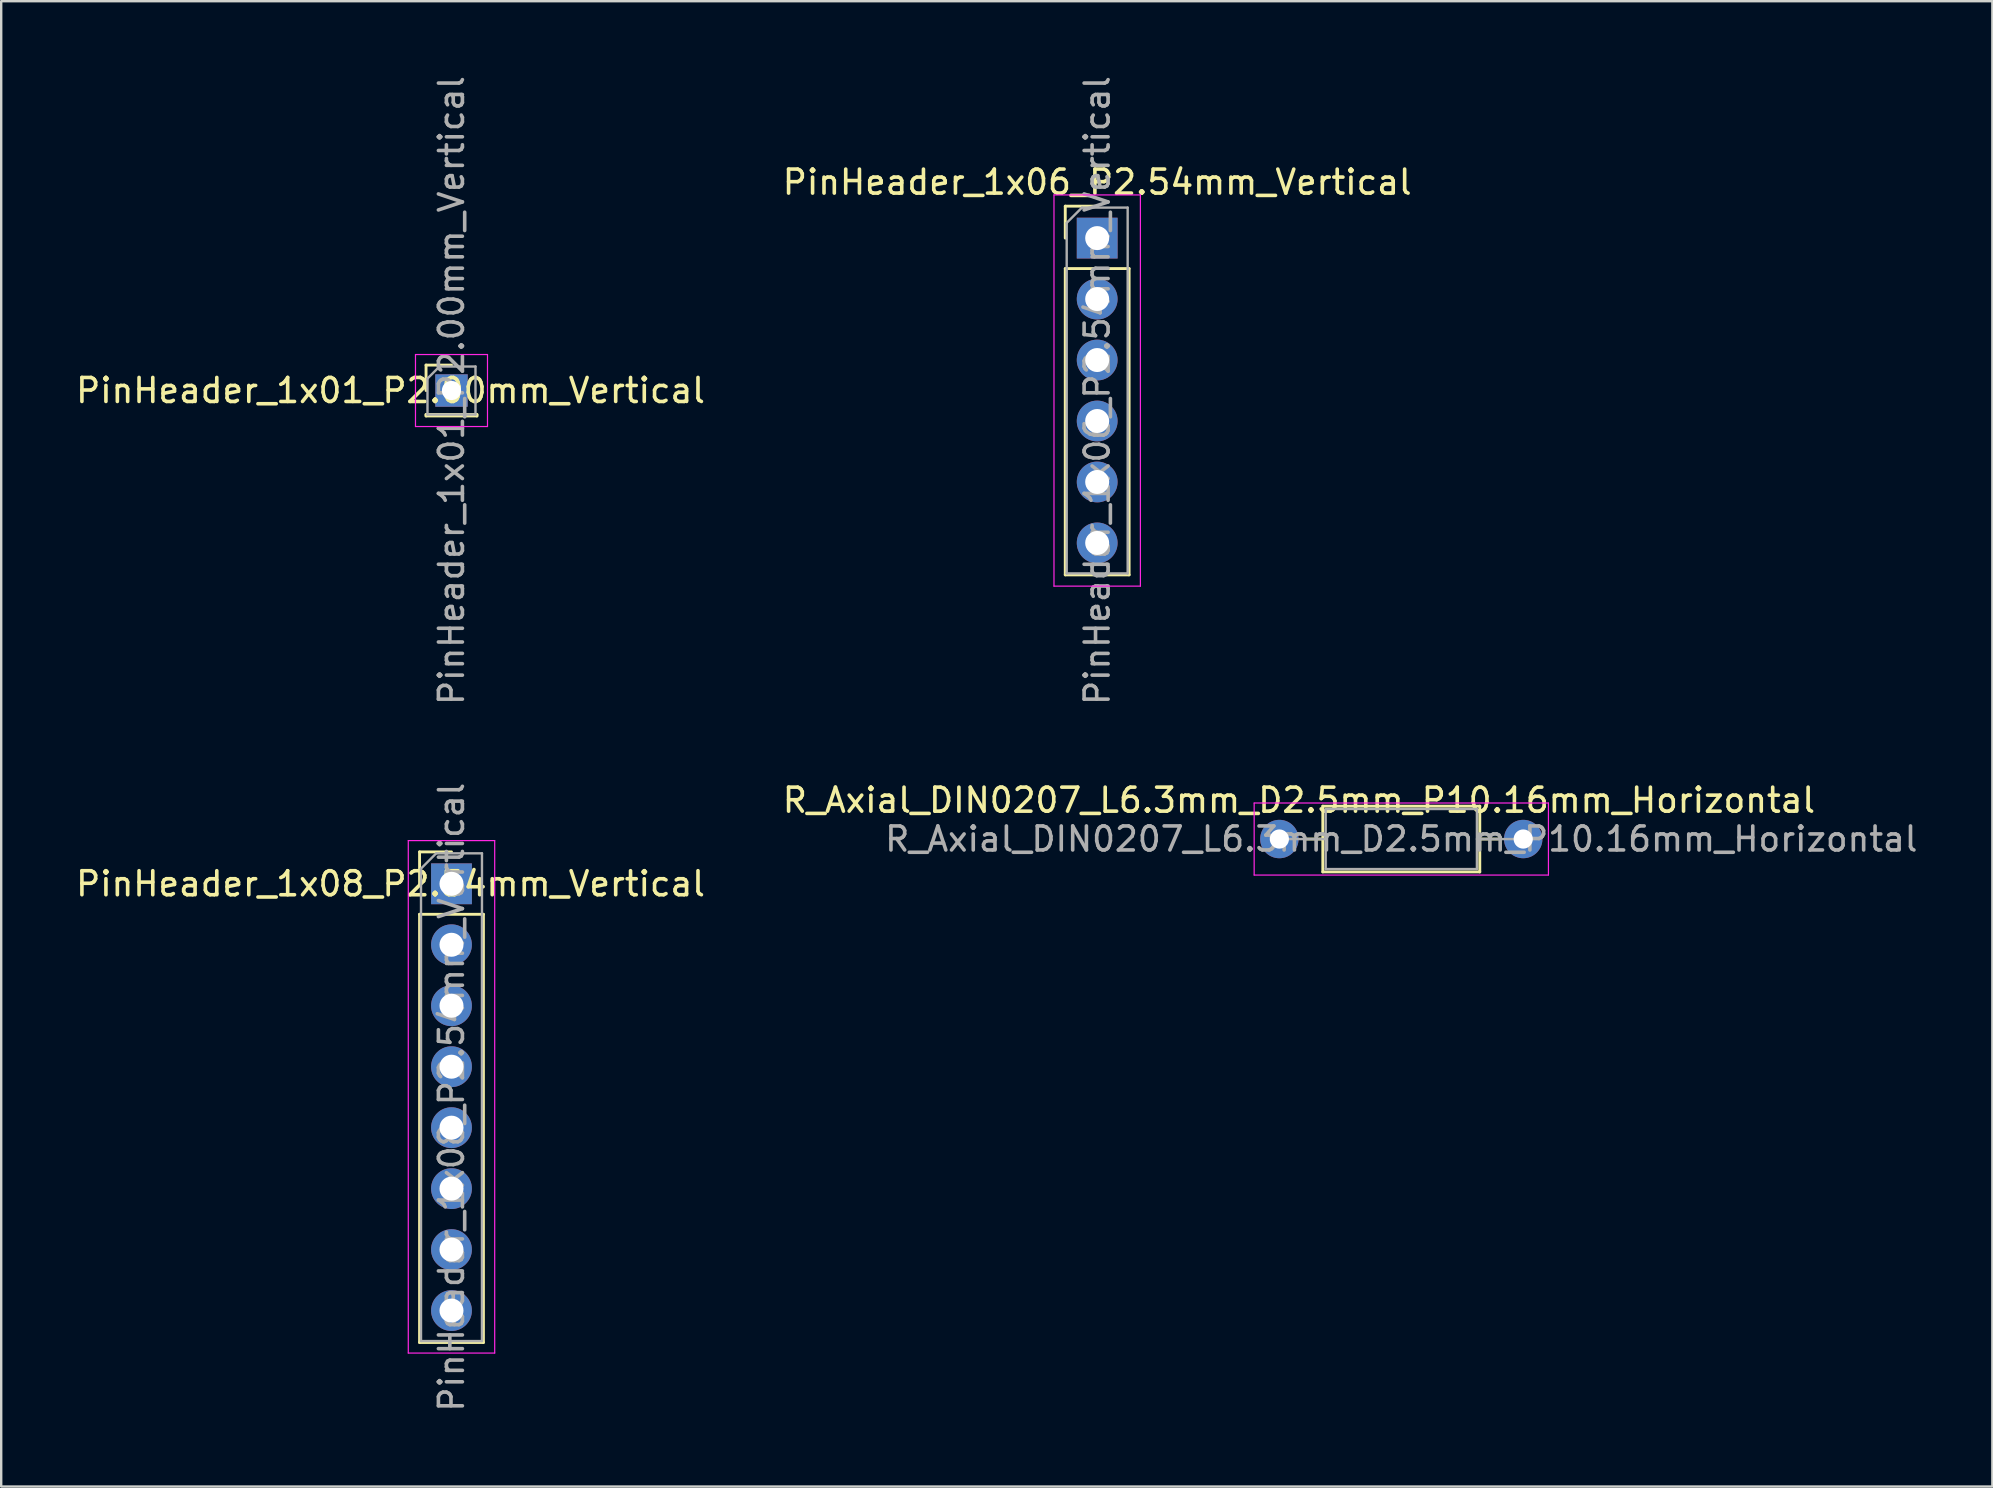
<source format=kicad_pcb>
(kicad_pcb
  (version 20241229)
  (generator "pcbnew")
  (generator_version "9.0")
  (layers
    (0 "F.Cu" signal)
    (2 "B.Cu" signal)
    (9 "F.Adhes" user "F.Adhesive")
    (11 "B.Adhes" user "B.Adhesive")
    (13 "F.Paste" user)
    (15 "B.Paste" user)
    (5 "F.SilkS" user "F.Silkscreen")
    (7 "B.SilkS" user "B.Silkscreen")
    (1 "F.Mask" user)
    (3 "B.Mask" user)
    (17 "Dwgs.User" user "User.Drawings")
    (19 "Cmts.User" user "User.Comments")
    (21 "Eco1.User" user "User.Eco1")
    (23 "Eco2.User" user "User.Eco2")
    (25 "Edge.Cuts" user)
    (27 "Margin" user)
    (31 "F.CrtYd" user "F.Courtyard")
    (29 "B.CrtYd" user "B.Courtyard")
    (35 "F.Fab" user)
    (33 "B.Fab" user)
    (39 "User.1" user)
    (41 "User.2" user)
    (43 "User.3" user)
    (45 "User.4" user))
  (footprint "R_Axial_DIN0207_L6.3mm_D2.5mm_P10.16mm_Horizontal"
    (layer "F.Cu")
    (at 50.251 31.906)
    (property "Reference" "R_Axial_DIN0207_L6.3mm_D2.5mm_P10.16mm_Horizontal" (at 0.815 -1.617 0) (layer "F.SilkS") (effects (font (size 1 1) (thickness 0.15))))
    (attr through_hole)
    (fp_line (start 1.04 0) (end 1.81 0) (stroke (width 0.12) (type solid)) (layer "F.SilkS"))
    (fp_line (start 1.81 -1.37) (end 1.81 1.37) (stroke (width 0.12) (type solid)) (layer "F.SilkS"))
    (fp_line (start 1.81 1.37) (end 8.35 1.37) (stroke (width 0.12) (type solid)) (layer "F.SilkS"))
    (fp_line (start 8.35 -1.37) (end 1.81 -1.37) (stroke (width 0.12) (type solid)) (layer "F.SilkS"))
    (fp_line (start 8.35 1.37) (end 8.35 -1.37) (stroke (width 0.12) (type solid)) (layer "F.SilkS"))
    (fp_line (start 9.12 0) (end 8.35 0) (stroke (width 0.12) (type solid)) (layer "F.SilkS"))
    (fp_line (start -1.05 -1.5) (end -1.05 1.5) (stroke (width 0.05) (type solid)) (layer "F.CrtYd"))
    (fp_line (start -1.05 1.5) (end 11.21 1.5) (stroke (width 0.05) (type solid)) (layer "F.CrtYd"))
    (fp_line (start 11.21 -1.5) (end -1.05 -1.5) (stroke (width 0.05) (type solid)) (layer "F.CrtYd"))
    (fp_line (start 11.21 1.5) (end 11.21 -1.5) (stroke (width 0.05) (type solid)) (layer "F.CrtYd"))
    (fp_line (start 0 0) (end 1.93 0) (stroke (width 0.1) (type solid)) (layer "F.Fab"))
    (fp_line (start 1.93 -1.25) (end 1.93 1.25) (stroke (width 0.1) (type solid)) (layer "F.Fab"))
    (fp_line (start 1.93 1.25) (end 8.23 1.25) (stroke (width 0.1) (type solid)) (layer "F.Fab"))
    (fp_line (start 8.23 -1.25) (end 1.93 -1.25) (stroke (width 0.1) (type solid)) (layer "F.Fab"))
    (fp_line (start 8.23 1.25) (end 8.23 -1.25) (stroke (width 0.1) (type solid)) (layer "F.Fab"))
    (fp_line (start 10.16 0) (end 8.23 0) (stroke (width 0.1) (type solid)) (layer "F.Fab"))
    (fp_text user "${REFERENCE}" (at 5.08 0 0) (layer "F.Fab") (effects (font (size 1 1) (thickness 0.15))))
    (pad "1" thru_hole circle (at 0 0) (size 1.6 1.6) (drill 0.8) (layers "*.Cu" "*.Mask"))
    (pad "2" thru_hole oval (at 10.16 0) (size 1.6 1.6) (drill 0.8) (layers "*.Cu" "*.Mask")))
  (footprint "PinHeader_1x06_P2.54mm_Vertical"
    (layer "F.Cu")
    (at 42.661 6.87)
    (property "Reference" "PinHeader_1x06_P2.54mm_Vertical" (at 0 -2.33 0) (layer "F.SilkS") (effects (font (size 1 1) (thickness 0.15))))
    (attr through_hole)
    (fp_line (start -1.33 -1.33) (end 0 -1.33) (stroke (width 0.12) (type solid)) (layer "F.SilkS"))
    (fp_line (start -1.33 0) (end -1.33 -1.33) (stroke (width 0.12) (type solid)) (layer "F.SilkS"))
    (fp_line (start -1.33 1.27) (end -1.33 14.03) (stroke (width 0.12) (type solid)) (layer "F.SilkS"))
    (fp_line (start -1.33 1.27) (end 1.33 1.27) (stroke (width 0.12) (type solid)) (layer "F.SilkS"))
    (fp_line (start -1.33 14.03) (end 1.33 14.03) (stroke (width 0.12) (type solid)) (layer "F.SilkS"))
    (fp_line (start 1.33 1.27) (end 1.33 14.03) (stroke (width 0.12) (type solid)) (layer "F.SilkS"))
    (fp_line (start -1.8 -1.8) (end -1.8 14.5) (stroke (width 0.05) (type solid)) (layer "F.CrtYd"))
    (fp_line (start -1.8 14.5) (end 1.8 14.5) (stroke (width 0.05) (type solid)) (layer "F.CrtYd"))
    (fp_line (start 1.8 -1.8) (end -1.8 -1.8) (stroke (width 0.05) (type solid)) (layer "F.CrtYd"))
    (fp_line (start 1.8 14.5) (end 1.8 -1.8) (stroke (width 0.05) (type solid)) (layer "F.CrtYd"))
    (fp_line (start -1.27 -0.635) (end -0.635 -1.27) (stroke (width 0.1) (type solid)) (layer "F.Fab"))
    (fp_line (start -1.27 13.97) (end -1.27 -0.635) (stroke (width 0.1) (type solid)) (layer "F.Fab"))
    (fp_line (start -0.635 -1.27) (end 1.27 -1.27) (stroke (width 0.1) (type solid)) (layer "F.Fab"))
    (fp_line (start 1.27 -1.27) (end 1.27 13.97) (stroke (width 0.1) (type solid)) (layer "F.Fab"))
    (fp_line (start 1.27 13.97) (end -1.27 13.97) (stroke (width 0.1) (type solid)) (layer "F.Fab"))
    (fp_text user "${REFERENCE}" (at 0 6.35 90) (layer "F.Fab") (effects (font (size 1 1) (thickness 0.15))))
    (pad "1" thru_hole rect (at 0 0 180) (size 1.7 1.7) (drill 1) (layers "*.Cu" "*.Mask"))
    (pad "2" thru_hole oval (at 0 2.54 180) (size 1.7 1.7) (drill 1) (layers "*.Cu" "*.Mask"))
    (pad "3" thru_hole oval (at 0 5.08 180) (size 1.7 1.7) (drill 1) (layers "*.Cu" "*.Mask"))
    (pad "4" thru_hole oval (at 0 7.62 180) (size 1.7 1.7) (drill 1) (layers "*.Cu" "*.Mask"))
    (pad "5" thru_hole oval (at 0 10.16 180) (size 1.7 1.7) (drill 1) (layers "*.Cu" "*.Mask"))
    (pad "6" thru_hole oval (at 0 12.7 180) (size 1.7 1.7) (drill 1) (layers "*.Cu" "*.Mask")))
  (footprint "PinHeader_1x08_P2.54mm_Vertical"
    (layer "F.Cu")
    (at 15.76 33.771)
    (property "Reference" "PinHeader_1x08_P2.54mm_Vertical" (at -2.54 0 0) (layer "F.SilkS") (effects (font (size 1 1) (thickness 0.15))))
    (attr through_hole)
    (fp_line (start -1.33 -1.33) (end 0 -1.33) (stroke (width 0.12) (type solid)) (layer "F.SilkS"))
    (fp_line (start -1.33 0) (end -1.33 -1.33) (stroke (width 0.12) (type solid)) (layer "F.SilkS"))
    (fp_line (start -1.33 1.27) (end -1.33 19.11) (stroke (width 0.12) (type solid)) (layer "F.SilkS"))
    (fp_line (start -1.33 1.27) (end 1.33 1.27) (stroke (width 0.12) (type solid)) (layer "F.SilkS"))
    (fp_line (start -1.33 19.11) (end 1.33 19.11) (stroke (width 0.12) (type solid)) (layer "F.SilkS"))
    (fp_line (start 1.33 1.27) (end 1.33 19.11) (stroke (width 0.12) (type solid)) (layer "F.SilkS"))
    (fp_line (start -1.8 -1.8) (end -1.8 19.55) (stroke (width 0.05) (type solid)) (layer "F.CrtYd"))
    (fp_line (start -1.8 19.55) (end 1.8 19.55) (stroke (width 0.05) (type solid)) (layer "F.CrtYd"))
    (fp_line (start 1.8 -1.8) (end -1.8 -1.8) (stroke (width 0.05) (type solid)) (layer "F.CrtYd"))
    (fp_line (start 1.8 19.55) (end 1.8 -1.8) (stroke (width 0.05) (type solid)) (layer "F.CrtYd"))
    (fp_line (start -1.27 -0.635) (end -0.635 -1.27) (stroke (width 0.1) (type solid)) (layer "F.Fab"))
    (fp_line (start -1.27 19.05) (end -1.27 -0.635) (stroke (width 0.1) (type solid)) (layer "F.Fab"))
    (fp_line (start -0.635 -1.27) (end 1.27 -1.27) (stroke (width 0.1) (type solid)) (layer "F.Fab"))
    (fp_line (start 1.27 -1.27) (end 1.27 19.05) (stroke (width 0.1) (type solid)) (layer "F.Fab"))
    (fp_line (start 1.27 19.05) (end -1.27 19.05) (stroke (width 0.1) (type solid)) (layer "F.Fab"))
    (fp_text user "${REFERENCE}" (at 0 8.89 90) (layer "F.Fab") (effects (font (size 1 1) (thickness 0.15))))
    (pad "1" thru_hole rect (at 0 0 180) (size 1.7 1.7) (drill 1) (layers "*.Cu" "*.Mask"))
    (pad "2" thru_hole oval (at 0 2.54 180) (size 1.7 1.7) (drill 1) (layers "*.Cu" "*.Mask"))
    (pad "3" thru_hole oval (at 0 5.08 180) (size 1.7 1.7) (drill 1) (layers "*.Cu" "*.Mask"))
    (pad "4" thru_hole oval (at 0 7.62 180) (size 1.7 1.7) (drill 1) (layers "*.Cu" "*.Mask"))
    (pad "5" thru_hole oval (at 0 10.16 180) (size 1.7 1.7) (drill 1) (layers "*.Cu" "*.Mask"))
    (pad "6" thru_hole oval (at 0 12.7 180) (size 1.7 1.7) (drill 1) (layers "*.Cu" "*.Mask"))
    (pad "7" thru_hole oval (at 0 15.24 180) (size 1.7 1.7) (drill 1) (layers "*.Cu" "*.Mask"))
    (pad "8" thru_hole oval (at 0 17.78 180) (size 1.7 1.7) (drill 1) (layers "*.Cu" "*.Mask")))
  (footprint "PinHeader_1x01_P2.00mm_Vertical"
    (layer "F.Cu")
    (at 15.76 13.22)
    (property "Reference" "PinHeader_1x01_P2.00mm_Vertical" (at -2.54 0 0) (layer "F.SilkS") (effects (font (size 1 1) (thickness 0.15))))
    (attr through_hole)
    (fp_line (start -1.06 -1.06) (end 0 -1.06) (stroke (width 0.12) (type solid)) (layer "F.SilkS"))
    (fp_line (start -1.06 0) (end -1.06 -1.06) (stroke (width 0.12) (type solid)) (layer "F.SilkS"))
    (fp_line (start -1.06 1) (end -1.06 1.06) (stroke (width 0.12) (type solid)) (layer "F.SilkS"))
    (fp_line (start -1.06 1) (end 1.06 1) (stroke (width 0.12) (type solid)) (layer "F.SilkS"))
    (fp_line (start -1.06 1.06) (end 1.06 1.06) (stroke (width 0.12) (type solid)) (layer "F.SilkS"))
    (fp_line (start 1.06 1) (end 1.06 1.06) (stroke (width 0.12) (type solid)) (layer "F.SilkS"))
    (fp_line (start -1.5 -1.5) (end -1.5 1.5) (stroke (width 0.05) (type solid)) (layer "F.CrtYd"))
    (fp_line (start -1.5 1.5) (end 1.5 1.5) (stroke (width 0.05) (type solid)) (layer "F.CrtYd"))
    (fp_line (start 1.5 -1.5) (end -1.5 -1.5) (stroke (width 0.05) (type solid)) (layer "F.CrtYd"))
    (fp_line (start 1.5 1.5) (end 1.5 -1.5) (stroke (width 0.05) (type solid)) (layer "F.CrtYd"))
    (fp_line (start -1 -0.5) (end -0.5 -1) (stroke (width 0.1) (type solid)) (layer "F.Fab"))
    (fp_line (start -1 1) (end -1 -0.5) (stroke (width 0.1) (type solid)) (layer "F.Fab"))
    (fp_line (start -0.5 -1) (end 1 -1) (stroke (width 0.1) (type solid)) (layer "F.Fab"))
    (fp_line (start 1 -1) (end 1 1) (stroke (width 0.1) (type solid)) (layer "F.Fab"))
    (fp_line (start 1 1) (end -1 1) (stroke (width 0.1) (type solid)) (layer "F.Fab"))
    (fp_text user "${REFERENCE}" (at 0 0 90) (layer "F.Fab") (effects (font (size 1 1) (thickness 0.15))))
    (pad "1" thru_hole rect (at 0 0 180) (size 1.35 1.35) (drill 0.8) (layers "*.Cu" "*.Mask")))
  (gr_rect
    (start -3 -3)
    (end 79.956 58.881)
    (stroke (width 0.1) (type default))
    (fill no)
    (layer "Edge.Cuts")))
</source>
